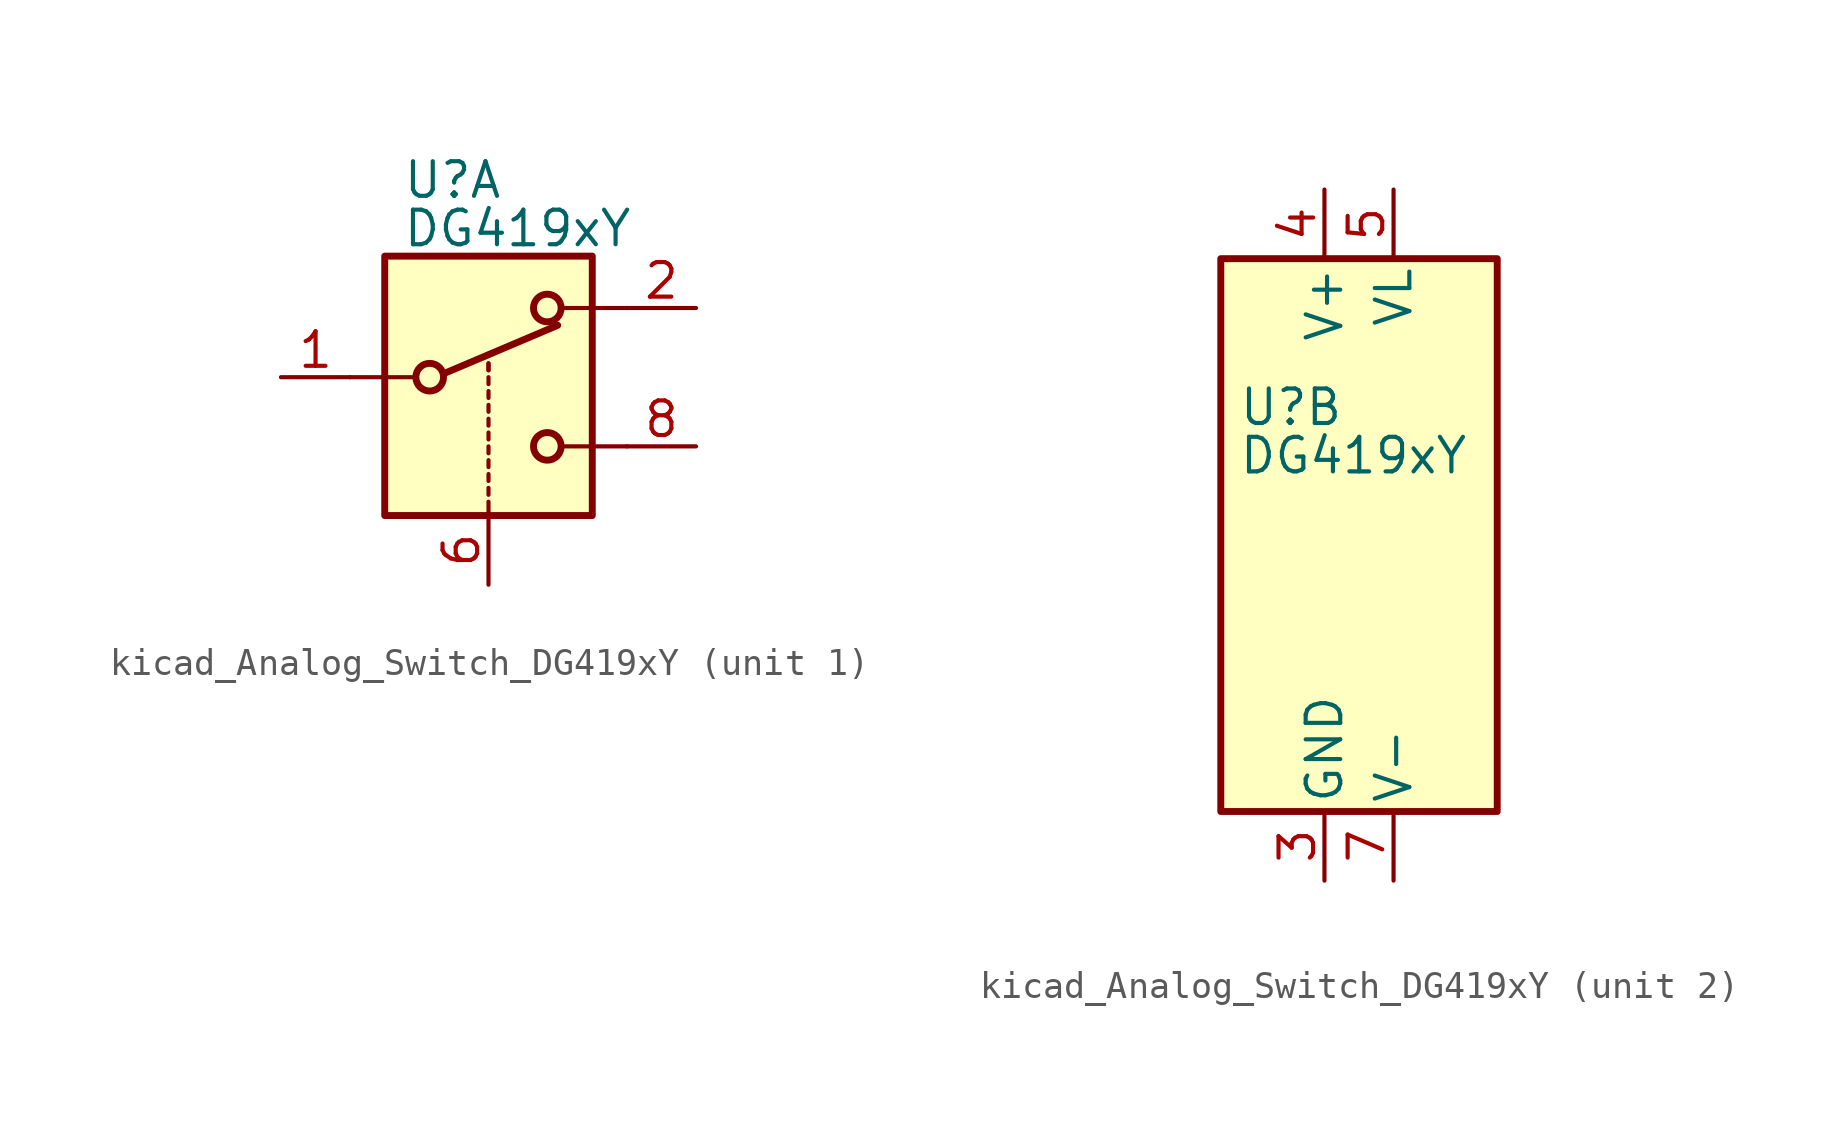
<source format=kicad_sym>
(kicad_symbol_lib
  (version 20220914)
  (generator kicad_symbol_editor)
  (symbol "kicad_Analog_Switch_DG419xY"
    (pin_names
      (offset 0.254))
    (property "Reference" "U"
      (at -3.175 4.699 0)
      (effects (font (size 1.27 1.27)) (justify left)))
    (property "Value" "DG419xY"
      (at -3.175 2.921 0)
      (effects (font (size 1.27 1.27)) (justify left)))
    (symbol "kicad_Analog_Switch_DG419xY_1_1"
      (rectangle (start -3.81 1.905) (end 3.81 -7.62) (stroke (width 0.254) (type default)) (fill (type background)))
      (circle (center -2.159 -2.54) (radius 0.508) (stroke (width 0.254) (type default)) (fill (type none)))
      (polyline (pts (xy -5.08 -2.54) (xy -2.794 -2.54)) (stroke (width 0) (type default)) (fill (type none)))
      (polyline (pts (xy -1.651 -2.413) (xy 2.54 -0.635)) (stroke (width 0.254) (type default)) (fill (type none)))
      (polyline (pts (xy 0 -7.62) (xy 0 -7.112)) (stroke (width 0) (type default)) (fill (type none)))
      (polyline (pts (xy 0 -6.858) (xy 0 -6.604)) (stroke (width 0) (type default)) (fill (type none)))
      (polyline (pts (xy 0 -6.35) (xy 0 -6.096)) (stroke (width 0) (type default)) (fill (type none)))
      (polyline (pts (xy 0 -5.842) (xy 0 -5.588)) (stroke (width 0) (type default)) (fill (type none)))
      (polyline (pts (xy 0 -5.334) (xy 0 -5.08)) (stroke (width 0) (type default)) (fill (type none)))
      (polyline (pts (xy 0 -4.826) (xy 0 -4.572)) (stroke (width 0) (type default)) (fill (type none)))
      (polyline (pts (xy 0 -4.318) (xy 0 -4.064)) (stroke (width 0) (type default)) (fill (type none)))
      (polyline (pts (xy 0 -3.81) (xy 0 -3.556)) (stroke (width 0) (type default)) (fill (type none)))
      (polyline (pts (xy 0 -3.302) (xy 0 -3.048)) (stroke (width 0) (type default)) (fill (type none)))
      (polyline (pts (xy 0 -2.794) (xy 0 -2.54)) (stroke (width 0) (type default)) (fill (type none)))
      (polyline (pts (xy 0 -2.286) (xy 0 -2.032)) (stroke (width 0) (type default)) (fill (type none)))
      (polyline (pts (xy 0 -2.286) (xy 0 -2.032)) (stroke (width 0) (type default)) (fill (type none)))
      (polyline (pts (xy 5.08 -5.08) (xy 2.794 -5.08)) (stroke (width 0) (type default)) (fill (type none)))
      (polyline (pts (xy 5.08 0) (xy 2.794 0)) (stroke (width 0) (type default)) (fill (type none)))
      (circle (center 2.159 -5.08) (radius 0.508) (stroke (width 0.254) (type default)) (fill (type none)))
      (circle (center 2.159 0) (radius 0.508) (stroke (width 0.254) (type default)) (fill (type none)))
      (pin passive line (at -7.62 -2.54 0) (length 2.54) (name "~" (effects (font (size 1.27 1.27)))) (number "1" (effects (font (size 1.27 1.27)))))
      (pin passive line (at 7.62 0 180) (length 2.54) (name "~" (effects (font (size 1.27 1.27)))) (number "2" (effects (font (size 1.27 1.27)))))
      (pin input line (at 0 -10.16 90) (length 2.54) (name "~" (effects (font (size 1.27 1.27)))) (number "6" (effects (font (size 1.27 1.27)))))
      (pin passive line (at 7.62 -5.08 180) (length 2.54) (name "~" (effects (font (size 1.27 1.27)))) (number "8" (effects (font (size 1.27 1.27))))))
    (symbol "kicad_Analog_Switch_DG419xY_2_0"
      (pin power_in line (at 0 -12.7 90) (length 2.54) (name "GND" (effects (font (size 1.27 1.27)))) (number "3" (effects (font (size 1.27 1.27)))))
      (pin power_in line (at 0 12.7 270) (length 2.54) (name "V+" (effects (font (size 1.27 1.27)))) (number "4" (effects (font (size 1.27 1.27)))))
      (pin power_in line (at 2.54 12.7 270) (length 2.54) (name "VL" (effects (font (size 1.27 1.27)))) (number "5" (effects (font (size 1.27 1.27)))))
      (pin power_in line (at 2.54 -12.7 90) (length 2.54) (name "V-" (effects (font (size 1.27 1.27)))) (number "7" (effects (font (size 1.27 1.27))))))
    (symbol "kicad_Analog_Switch_DG419xY_2_1"
      (rectangle (start -3.81 10.16) (end 6.35 -10.16) (stroke (width 0.254) (type default)) (fill (type background))))))
</source>
